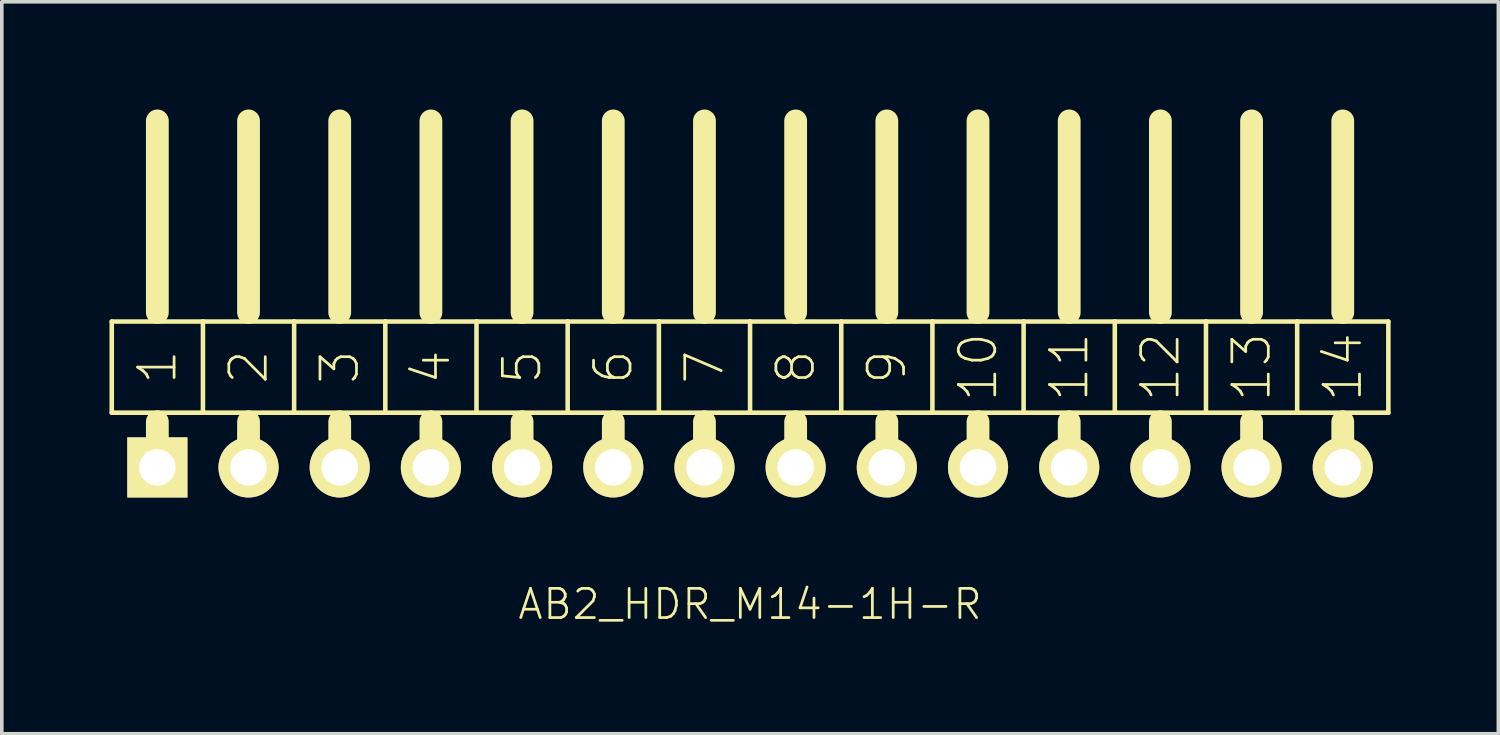
<source format=kicad_pcb>
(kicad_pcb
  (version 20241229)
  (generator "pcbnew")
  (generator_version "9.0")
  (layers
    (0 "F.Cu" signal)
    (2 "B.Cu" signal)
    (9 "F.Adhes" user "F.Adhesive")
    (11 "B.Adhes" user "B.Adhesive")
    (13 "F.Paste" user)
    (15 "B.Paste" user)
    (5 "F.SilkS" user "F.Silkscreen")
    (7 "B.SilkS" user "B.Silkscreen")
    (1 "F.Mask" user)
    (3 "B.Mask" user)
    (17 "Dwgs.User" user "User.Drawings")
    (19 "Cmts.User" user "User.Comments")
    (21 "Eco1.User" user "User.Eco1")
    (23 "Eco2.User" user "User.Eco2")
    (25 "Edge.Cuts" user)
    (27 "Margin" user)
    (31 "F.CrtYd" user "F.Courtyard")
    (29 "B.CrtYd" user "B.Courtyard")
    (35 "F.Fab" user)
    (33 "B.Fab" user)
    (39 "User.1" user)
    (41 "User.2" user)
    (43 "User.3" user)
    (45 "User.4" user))
  (footprint "AB2_HDR_M14-1H-R"
    (layer "F.Cu")
    (at 17.843 9.97)
    (property "Reference" "AB2_HDR_M14-1H-R" (at 0 3.81 0) (layer "F.SilkS") (effects (font (size 0.813 0.813) (thickness 0.076))))
    (attr through_hole)
    (fp_line (start -17.78 -4.064) (end -17.78 -1.524) (stroke (width 0.127) (type solid)) (layer "F.SilkS"))
    (fp_line (start -17.78 -1.524) (end -16.51 -1.524) (stroke (width 0.127) (type solid)) (layer "F.SilkS"))
    (fp_line (start -16.51 -4.318) (end -16.51 -9.652) (stroke (width 0.635) (type solid)) (layer "F.SilkS"))
    (fp_line (start -16.51 -1.524) (end -15.24 -1.524) (stroke (width 0.127) (type solid)) (layer "F.SilkS"))
    (fp_line (start -16.51 -1.27) (end -16.51 0) (stroke (width 0.635) (type solid)) (layer "F.SilkS"))
    (fp_line (start -15.24 -4.064) (end -17.78 -4.064) (stroke (width 0.127) (type solid)) (layer "F.SilkS"))
    (fp_line (start -15.24 -1.524) (end -15.24 -4.064) (stroke (width 0.127) (type solid)) (layer "F.SilkS"))
    (fp_line (start -15.24 -1.524) (end -13.97 -1.524) (stroke (width 0.127) (type solid)) (layer "F.SilkS"))
    (fp_line (start -13.97 -4.318) (end -13.97 -9.652) (stroke (width 0.635) (type solid)) (layer "F.SilkS"))
    (fp_line (start -13.97 -1.524) (end -12.7 -1.524) (stroke (width 0.127) (type solid)) (layer "F.SilkS"))
    (fp_line (start -13.97 -1.27) (end -13.97 0) (stroke (width 0.635) (type solid)) (layer "F.SilkS"))
    (fp_line (start -12.7 -4.064) (end -15.24 -4.064) (stroke (width 0.127) (type solid)) (layer "F.SilkS"))
    (fp_line (start -12.7 -1.524) (end -12.7 -4.064) (stroke (width 0.127) (type solid)) (layer "F.SilkS"))
    (fp_line (start -12.7 -1.524) (end -11.43 -1.524) (stroke (width 0.127) (type solid)) (layer "F.SilkS"))
    (fp_line (start -11.43 -4.318) (end -11.43 -9.652) (stroke (width 0.635) (type solid)) (layer "F.SilkS"))
    (fp_line (start -11.43 -1.524) (end -10.16 -1.524) (stroke (width 0.127) (type solid)) (layer "F.SilkS"))
    (fp_line (start -11.43 -1.27) (end -11.43 0) (stroke (width 0.635) (type solid)) (layer "F.SilkS"))
    (fp_line (start -10.16 -4.064) (end -12.7 -4.064) (stroke (width 0.127) (type solid)) (layer "F.SilkS"))
    (fp_line (start -10.16 -1.524) (end -10.16 -4.064) (stroke (width 0.127) (type solid)) (layer "F.SilkS"))
    (fp_line (start -10.16 -1.524) (end -8.89 -1.524) (stroke (width 0.127) (type solid)) (layer "F.SilkS"))
    (fp_line (start -8.89 -4.318) (end -8.89 -9.652) (stroke (width 0.635) (type solid)) (layer "F.SilkS"))
    (fp_line (start -8.89 -1.524) (end -7.62 -1.524) (stroke (width 0.127) (type solid)) (layer "F.SilkS"))
    (fp_line (start -8.89 -1.27) (end -8.89 0) (stroke (width 0.635) (type solid)) (layer "F.SilkS"))
    (fp_line (start -7.62 -4.064) (end -10.16 -4.064) (stroke (width 0.127) (type solid)) (layer "F.SilkS"))
    (fp_line (start -7.62 -1.524) (end -7.62 -4.064) (stroke (width 0.127) (type solid)) (layer "F.SilkS"))
    (fp_line (start -7.62 -1.524) (end -6.35 -1.524) (stroke (width 0.127) (type solid)) (layer "F.SilkS"))
    (fp_line (start -6.35 -4.318) (end -6.35 -9.652) (stroke (width 0.635) (type solid)) (layer "F.SilkS"))
    (fp_line (start -6.35 -1.524) (end -5.08 -1.524) (stroke (width 0.127) (type solid)) (layer "F.SilkS"))
    (fp_line (start -6.35 -1.27) (end -6.35 0) (stroke (width 0.635) (type solid)) (layer "F.SilkS"))
    (fp_line (start -5.08 -4.064) (end -7.62 -4.064) (stroke (width 0.127) (type solid)) (layer "F.SilkS"))
    (fp_line (start -5.08 -1.524) (end -5.08 -4.064) (stroke (width 0.127) (type solid)) (layer "F.SilkS"))
    (fp_line (start -5.08 -1.524) (end -3.81 -1.524) (stroke (width 0.127) (type solid)) (layer "F.SilkS"))
    (fp_line (start -3.81 -4.318) (end -3.81 -9.652) (stroke (width 0.635) (type solid)) (layer "F.SilkS"))
    (fp_line (start -3.81 -1.524) (end -2.54 -1.524) (stroke (width 0.127) (type solid)) (layer "F.SilkS"))
    (fp_line (start -3.81 -1.27) (end -3.81 0) (stroke (width 0.635) (type solid)) (layer "F.SilkS"))
    (fp_line (start -2.54 -4.064) (end -5.08 -4.064) (stroke (width 0.127) (type solid)) (layer "F.SilkS"))
    (fp_line (start -2.54 -1.524) (end -2.54 -4.064) (stroke (width 0.127) (type solid)) (layer "F.SilkS"))
    (fp_line (start -2.54 -1.524) (end -1.27 -1.524) (stroke (width 0.127) (type solid)) (layer "F.SilkS"))
    (fp_line (start -1.27 -4.318) (end -1.27 -9.652) (stroke (width 0.635) (type solid)) (layer "F.SilkS"))
    (fp_line (start -1.27 -1.524) (end 0 -1.524) (stroke (width 0.127) (type solid)) (layer "F.SilkS"))
    (fp_line (start -1.27 -1.27) (end -1.27 0) (stroke (width 0.635) (type solid)) (layer "F.SilkS"))
    (fp_line (start 0 -4.064) (end -2.54 -4.064) (stroke (width 0.127) (type solid)) (layer "F.SilkS"))
    (fp_line (start 0 -1.524) (end 0 -4.064) (stroke (width 0.127) (type solid)) (layer "F.SilkS"))
    (fp_line (start 0 -1.524) (end 1.27 -1.524) (stroke (width 0.127) (type solid)) (layer "F.SilkS"))
    (fp_line (start 1.27 -4.318) (end 1.27 -9.652) (stroke (width 0.635) (type solid)) (layer "F.SilkS"))
    (fp_line (start 1.27 -1.524) (end 2.54 -1.524) (stroke (width 0.127) (type solid)) (layer "F.SilkS"))
    (fp_line (start 1.27 -1.27) (end 1.27 0) (stroke (width 0.635) (type solid)) (layer "F.SilkS"))
    (fp_line (start 2.54 -4.064) (end 0 -4.064) (stroke (width 0.127) (type solid)) (layer "F.SilkS"))
    (fp_line (start 2.54 -1.524) (end 2.54 -4.064) (stroke (width 0.127) (type solid)) (layer "F.SilkS"))
    (fp_line (start 2.54 -1.524) (end 3.81 -1.524) (stroke (width 0.127) (type solid)) (layer "F.SilkS"))
    (fp_line (start 3.81 -4.318) (end 3.81 -9.652) (stroke (width 0.635) (type solid)) (layer "F.SilkS"))
    (fp_line (start 3.81 -1.524) (end 5.08 -1.524) (stroke (width 0.127) (type solid)) (layer "F.SilkS"))
    (fp_line (start 3.81 -1.27) (end 3.81 0) (stroke (width 0.635) (type solid)) (layer "F.SilkS"))
    (fp_line (start 5.08 -4.064) (end 2.54 -4.064) (stroke (width 0.127) (type solid)) (layer "F.SilkS"))
    (fp_line (start 5.08 -1.524) (end 5.08 -4.064) (stroke (width 0.127) (type solid)) (layer "F.SilkS"))
    (fp_line (start 5.08 -1.524) (end 6.35 -1.524) (stroke (width 0.127) (type solid)) (layer "F.SilkS"))
    (fp_line (start 6.35 -4.318) (end 6.35 -9.652) (stroke (width 0.635) (type solid)) (layer "F.SilkS"))
    (fp_line (start 6.35 -1.524) (end 7.62 -1.524) (stroke (width 0.127) (type solid)) (layer "F.SilkS"))
    (fp_line (start 6.35 -1.27) (end 6.35 0) (stroke (width 0.635) (type solid)) (layer "F.SilkS"))
    (fp_line (start 7.62 -4.064) (end 5.08 -4.064) (stroke (width 0.127) (type solid)) (layer "F.SilkS"))
    (fp_line (start 7.62 -1.524) (end 7.62 -4.064) (stroke (width 0.127) (type solid)) (layer "F.SilkS"))
    (fp_line (start 7.62 -1.524) (end 8.89 -1.524) (stroke (width 0.127) (type solid)) (layer "F.SilkS"))
    (fp_line (start 8.89 -4.318) (end 8.89 -9.652) (stroke (width 0.635) (type solid)) (layer "F.SilkS"))
    (fp_line (start 8.89 -1.524) (end 10.16 -1.524) (stroke (width 0.127) (type solid)) (layer "F.SilkS"))
    (fp_line (start 8.89 -1.27) (end 8.89 0) (stroke (width 0.635) (type solid)) (layer "F.SilkS"))
    (fp_line (start 10.16 -4.064) (end 7.62 -4.064) (stroke (width 0.127) (type solid)) (layer "F.SilkS"))
    (fp_line (start 10.16 -1.524) (end 10.16 -4.064) (stroke (width 0.127) (type solid)) (layer "F.SilkS"))
    (fp_line (start 10.16 -1.524) (end 11.43 -1.524) (stroke (width 0.127) (type solid)) (layer "F.SilkS"))
    (fp_line (start 11.43 -4.318) (end 11.43 -9.652) (stroke (width 0.635) (type solid)) (layer "F.SilkS"))
    (fp_line (start 11.43 -1.524) (end 12.7 -1.524) (stroke (width 0.127) (type solid)) (layer "F.SilkS"))
    (fp_line (start 11.43 -1.27) (end 11.43 0) (stroke (width 0.635) (type solid)) (layer "F.SilkS"))
    (fp_line (start 12.7 -4.064) (end 10.16 -4.064) (stroke (width 0.127) (type solid)) (layer "F.SilkS"))
    (fp_line (start 12.7 -1.524) (end 12.7 -4.064) (stroke (width 0.127) (type solid)) (layer "F.SilkS"))
    (fp_line (start 12.7 -1.524) (end 13.97 -1.524) (stroke (width 0.127) (type solid)) (layer "F.SilkS"))
    (fp_line (start 13.97 -4.318) (end 13.97 -9.652) (stroke (width 0.635) (type solid)) (layer "F.SilkS"))
    (fp_line (start 13.97 -1.524) (end 15.24 -1.524) (stroke (width 0.127) (type solid)) (layer "F.SilkS"))
    (fp_line (start 13.97 -1.27) (end 13.97 0) (stroke (width 0.635) (type solid)) (layer "F.SilkS"))
    (fp_line (start 15.24 -4.064) (end 12.7 -4.064) (stroke (width 0.127) (type solid)) (layer "F.SilkS"))
    (fp_line (start 15.24 -1.524) (end 15.24 -4.064) (stroke (width 0.127) (type solid)) (layer "F.SilkS"))
    (fp_line (start 15.24 -1.524) (end 16.51 -1.524) (stroke (width 0.127) (type solid)) (layer "F.SilkS"))
    (fp_line (start 16.51 -4.318) (end 16.51 -9.652) (stroke (width 0.635) (type solid)) (layer "F.SilkS"))
    (fp_line (start 16.51 -1.524) (end 17.78 -1.524) (stroke (width 0.127) (type solid)) (layer "F.SilkS"))
    (fp_line (start 16.51 -1.27) (end 16.51 0) (stroke (width 0.635) (type solid)) (layer "F.SilkS"))
    (fp_line (start 17.78 -4.064) (end 15.24 -4.064) (stroke (width 0.127) (type solid)) (layer "F.SilkS"))
    (fp_line (start 17.78 -1.524) (end 17.78 -4.064) (stroke (width 0.127) (type solid)) (layer "F.SilkS"))
    (fp_text user "12" (at 11.43 -2.794 90) (layer "F.SilkS") (effects (font (size 1.016 1.016) (thickness 0.076))))
    (fp_text user "4" (at -8.89 -2.794 90) (layer "F.SilkS") (effects (font (size 1.016 1.016) (thickness 0.076))))
    (fp_text user "2" (at -13.97 -2.794 90) (layer "F.SilkS") (effects (font (size 1.016 1.016) (thickness 0.076))))
    (fp_text user "14" (at 16.51 -2.794 90) (layer "F.SilkS") (effects (font (size 1.016 1.016) (thickness 0.076))))
    (fp_text user "8" (at 1.27 -2.794 90) (layer "F.SilkS") (effects (font (size 1.016 1.016) (thickness 0.076))))
    (fp_text user "5" (at -6.35 -2.794 90) (layer "F.SilkS") (effects (font (size 1.016 1.016) (thickness 0.076))))
    (fp_text user "1" (at -16.51 -2.794 270) (layer "F.SilkS") (effects (font (size 1.016 1.016) (thickness 0.076))))
    (fp_text user "11" (at 8.89 -2.794 90) (layer "F.SilkS") (effects (font (size 1.016 1.016) (thickness 0.076))))
    (fp_text user "7" (at -1.27 -2.794 90) (layer "F.SilkS") (effects (font (size 1.016 1.016) (thickness 0.076))))
    (fp_text user "9" (at 3.81 -2.794 90) (layer "F.SilkS") (effects (font (size 1.016 1.016) (thickness 0.076))))
    (fp_text user "6" (at -3.81 -2.794 90) (layer "F.SilkS") (effects (font (size 1.016 1.016) (thickness 0.076))))
    (fp_text user "13" (at 13.97 -2.794 90) (layer "F.SilkS") (effects (font (size 1.016 1.016) (thickness 0.076))))
    (fp_text user "10" (at 6.35 -2.794 90) (layer "F.SilkS") (effects (font (size 1.016 1.016) (thickness 0.076))))
    (fp_text user "3" (at -11.43 -2.794 90) (layer "F.SilkS") (effects (font (size 1.016 1.016) (thickness 0.076))))
    (pad "1" thru_hole rect (at -16.51 0) (size 1.676 1.676) (drill 1.016) (layers "*.Cu" "*.Mask" "F.SilkS"))
    (pad "2" thru_hole circle (at -13.97 0) (size 1.676 1.676) (drill 1.016) (layers "*.Cu" "*.Mask" "F.SilkS"))
    (pad "3" thru_hole circle (at -11.43 0) (size 1.676 1.676) (drill 1.016) (layers "*.Cu" "*.Mask" "F.SilkS"))
    (pad "4" thru_hole circle (at -8.89 0) (size 1.676 1.676) (drill 1.016) (layers "*.Cu" "*.Mask" "F.SilkS"))
    (pad "5" thru_hole circle (at -6.35 0) (size 1.676 1.676) (drill 1.016) (layers "*.Cu" "*.Mask" "F.SilkS"))
    (pad "6" thru_hole circle (at -3.81 0) (size 1.676 1.676) (drill 1.016) (layers "*.Cu" "*.Mask" "F.SilkS"))
    (pad "7" thru_hole circle (at -1.27 0) (size 1.676 1.676) (drill 1.016) (layers "*.Cu" "*.Mask" "F.SilkS"))
    (pad "8" thru_hole circle (at 1.27 0) (size 1.676 1.676) (drill 1.016) (layers "*.Cu" "*.Mask" "F.SilkS"))
    (pad "9" thru_hole circle (at 3.81 0) (size 1.676 1.676) (drill 1.016) (layers "*.Cu" "*.Mask" "F.SilkS"))
    (pad "10" thru_hole circle (at 6.35 0) (size 1.676 1.676) (drill 1.016) (layers "*.Cu" "*.Mask" "F.SilkS"))
    (pad "11" thru_hole circle (at 8.89 0) (size 1.676 1.676) (drill 1.016) (layers "*.Cu" "*.Mask" "F.SilkS"))
    (pad "12" thru_hole circle (at 11.43 0) (size 1.676 1.676) (drill 1.016) (layers "*.Cu" "*.Mask" "F.SilkS"))
    (pad "13" thru_hole circle (at 13.97 0) (size 1.676 1.676) (drill 1.016) (layers "*.Cu" "*.Mask" "F.SilkS"))
    (pad "14" thru_hole circle (at 16.51 0) (size 1.676 1.676) (drill 1.016) (layers "*.Cu" "*.Mask" "F.SilkS")))
  (gr_rect
    (start -3 -3)
    (end 38.687 17.389)
    (stroke (width 0.1) (type default))
    (fill no)
    (layer "Edge.Cuts")))
</source>
